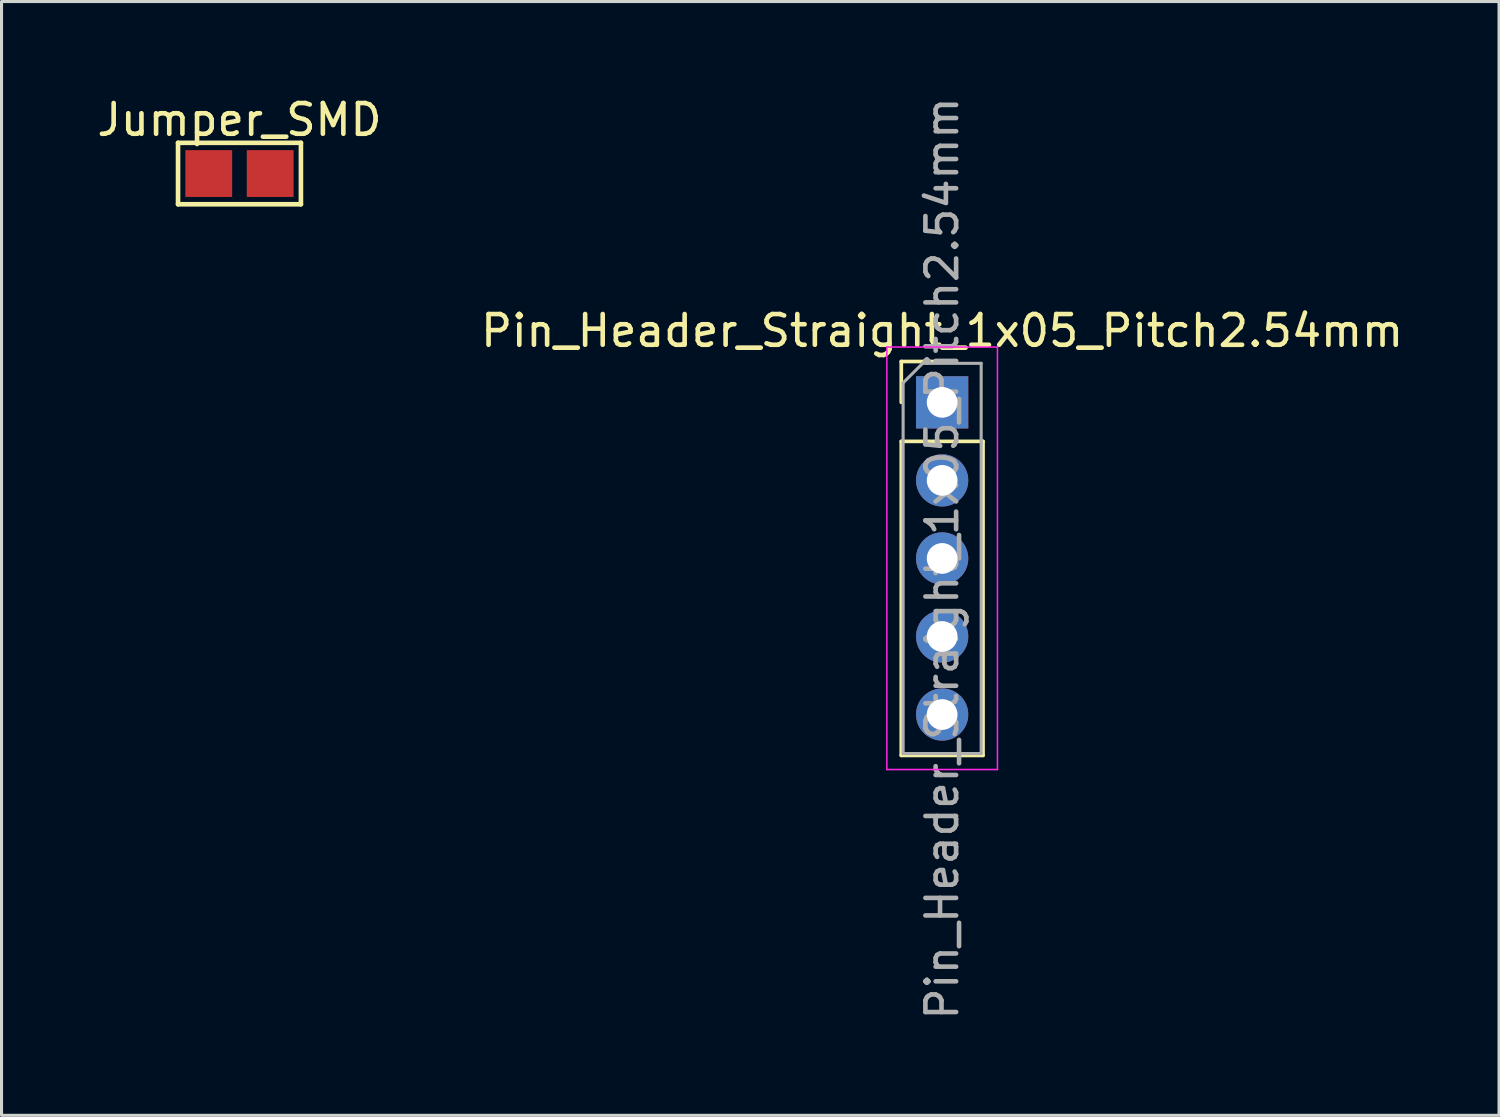
<source format=kicad_pcb>
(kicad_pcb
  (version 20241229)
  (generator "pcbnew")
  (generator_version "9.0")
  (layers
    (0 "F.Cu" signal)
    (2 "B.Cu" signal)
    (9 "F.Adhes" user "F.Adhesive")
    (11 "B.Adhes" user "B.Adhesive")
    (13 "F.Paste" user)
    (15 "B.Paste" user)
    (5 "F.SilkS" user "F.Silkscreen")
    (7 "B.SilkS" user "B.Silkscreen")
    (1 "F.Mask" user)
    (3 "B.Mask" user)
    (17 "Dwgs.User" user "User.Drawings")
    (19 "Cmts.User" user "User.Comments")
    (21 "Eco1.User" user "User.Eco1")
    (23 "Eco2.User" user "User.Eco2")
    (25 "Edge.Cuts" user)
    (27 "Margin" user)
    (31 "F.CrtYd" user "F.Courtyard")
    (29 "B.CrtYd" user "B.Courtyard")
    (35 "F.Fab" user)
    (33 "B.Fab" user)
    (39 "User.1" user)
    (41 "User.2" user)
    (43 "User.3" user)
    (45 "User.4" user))
  (footprint "Jumper_SMD"
    (layer "F.Cu")
    (at 4.744 4.598)
    (property "Reference" "Jumper_SMD" (at 0 -3.75 0) (layer "F.SilkS") (effects (font (size 1 1) (thickness 0.15))))
    (attr through_hole)
    (fp_line (start -2 -3) (end -2 -1) (stroke (width 0.15) (type solid)) (layer "F.SilkS"))
    (fp_line (start -2 -1) (end 2 -1) (stroke (width 0.15) (type solid)) (layer "F.SilkS"))
    (fp_line (start 2 -3) (end -2 -3) (stroke (width 0.15) (type solid)) (layer "F.SilkS"))
    (fp_line (start 2 -3) (end 2 -1) (stroke (width 0.15) (type solid)) (layer "F.SilkS"))
    (pad "1" smd rect (at -1 -2) (size 1.524 1.524) (layers "F.Cu" "F.Mask" "F.Paste"))
    (pad "2" smd rect (at 1 -2) (size 1.524 1.524) (layers "F.Cu" "F.Mask" "F.Paste")))
  (footprint "Pin_Header_Straight_1x05_Pitch2.54mm"
    (layer "F.Cu")
    (at 27.613 10.045)
    (property "Reference" "Pin_Header_Straight_1x05_Pitch2.54mm" (at 0 -2.33 0) (layer "F.SilkS") (effects (font (size 1 1) (thickness 0.15))))
    (attr through_hole)
    (fp_line (start -1.33 -1.33) (end 0 -1.33) (stroke (width 0.12) (type solid)) (layer "F.SilkS"))
    (fp_line (start -1.33 0) (end -1.33 -1.33) (stroke (width 0.12) (type solid)) (layer "F.SilkS"))
    (fp_line (start -1.33 1.27) (end -1.33 11.49) (stroke (width 0.12) (type solid)) (layer "F.SilkS"))
    (fp_line (start -1.33 1.27) (end 1.33 1.27) (stroke (width 0.12) (type solid)) (layer "F.SilkS"))
    (fp_line (start -1.33 11.49) (end 1.33 11.49) (stroke (width 0.12) (type solid)) (layer "F.SilkS"))
    (fp_line (start 1.33 1.27) (end 1.33 11.49) (stroke (width 0.12) (type solid)) (layer "F.SilkS"))
    (fp_line (start -1.8 -1.8) (end -1.8 11.95) (stroke (width 0.05) (type solid)) (layer "F.CrtYd"))
    (fp_line (start -1.8 11.95) (end 1.8 11.95) (stroke (width 0.05) (type solid)) (layer "F.CrtYd"))
    (fp_line (start 1.8 -1.8) (end -1.8 -1.8) (stroke (width 0.05) (type solid)) (layer "F.CrtYd"))
    (fp_line (start 1.8 11.95) (end 1.8 -1.8) (stroke (width 0.05) (type solid)) (layer "F.CrtYd"))
    (fp_line (start -1.27 -0.635) (end -0.635 -1.27) (stroke (width 0.1) (type solid)) (layer "F.Fab"))
    (fp_line (start -1.27 11.43) (end -1.27 -0.635) (stroke (width 0.1) (type solid)) (layer "F.Fab"))
    (fp_line (start -0.635 -1.27) (end 1.27 -1.27) (stroke (width 0.1) (type solid)) (layer "F.Fab"))
    (fp_line (start 1.27 -1.27) (end 1.27 11.43) (stroke (width 0.1) (type solid)) (layer "F.Fab"))
    (fp_line (start 1.27 11.43) (end -1.27 11.43) (stroke (width 0.1) (type solid)) (layer "F.Fab"))
    (fp_text user "${REFERENCE}" (at 0 5.08 90) (layer "F.Fab") (effects (font (size 1 1) (thickness 0.15))))
    (pad "1" thru_hole rect (at 0 0) (size 1.7 1.7) (drill 1) (layers "*.Cu" "*.Mask"))
    (pad "2" thru_hole oval (at 0 2.54) (size 1.7 1.7) (drill 1) (layers "*.Cu" "*.Mask"))
    (pad "3" thru_hole oval (at 0 5.08) (size 1.7 1.7) (drill 1) (layers "*.Cu" "*.Mask"))
    (pad "4" thru_hole oval (at 0 7.62) (size 1.7 1.7) (drill 1) (layers "*.Cu" "*.Mask"))
    (pad "5" thru_hole oval (at 0 10.16) (size 1.7 1.7) (drill 1) (layers "*.Cu" "*.Mask")))
  (gr_rect
    (start -3 -3)
    (end 45.738 33.25)
    (stroke (width 0.1) (type default))
    (fill no)
    (layer "Edge.Cuts")))
</source>
